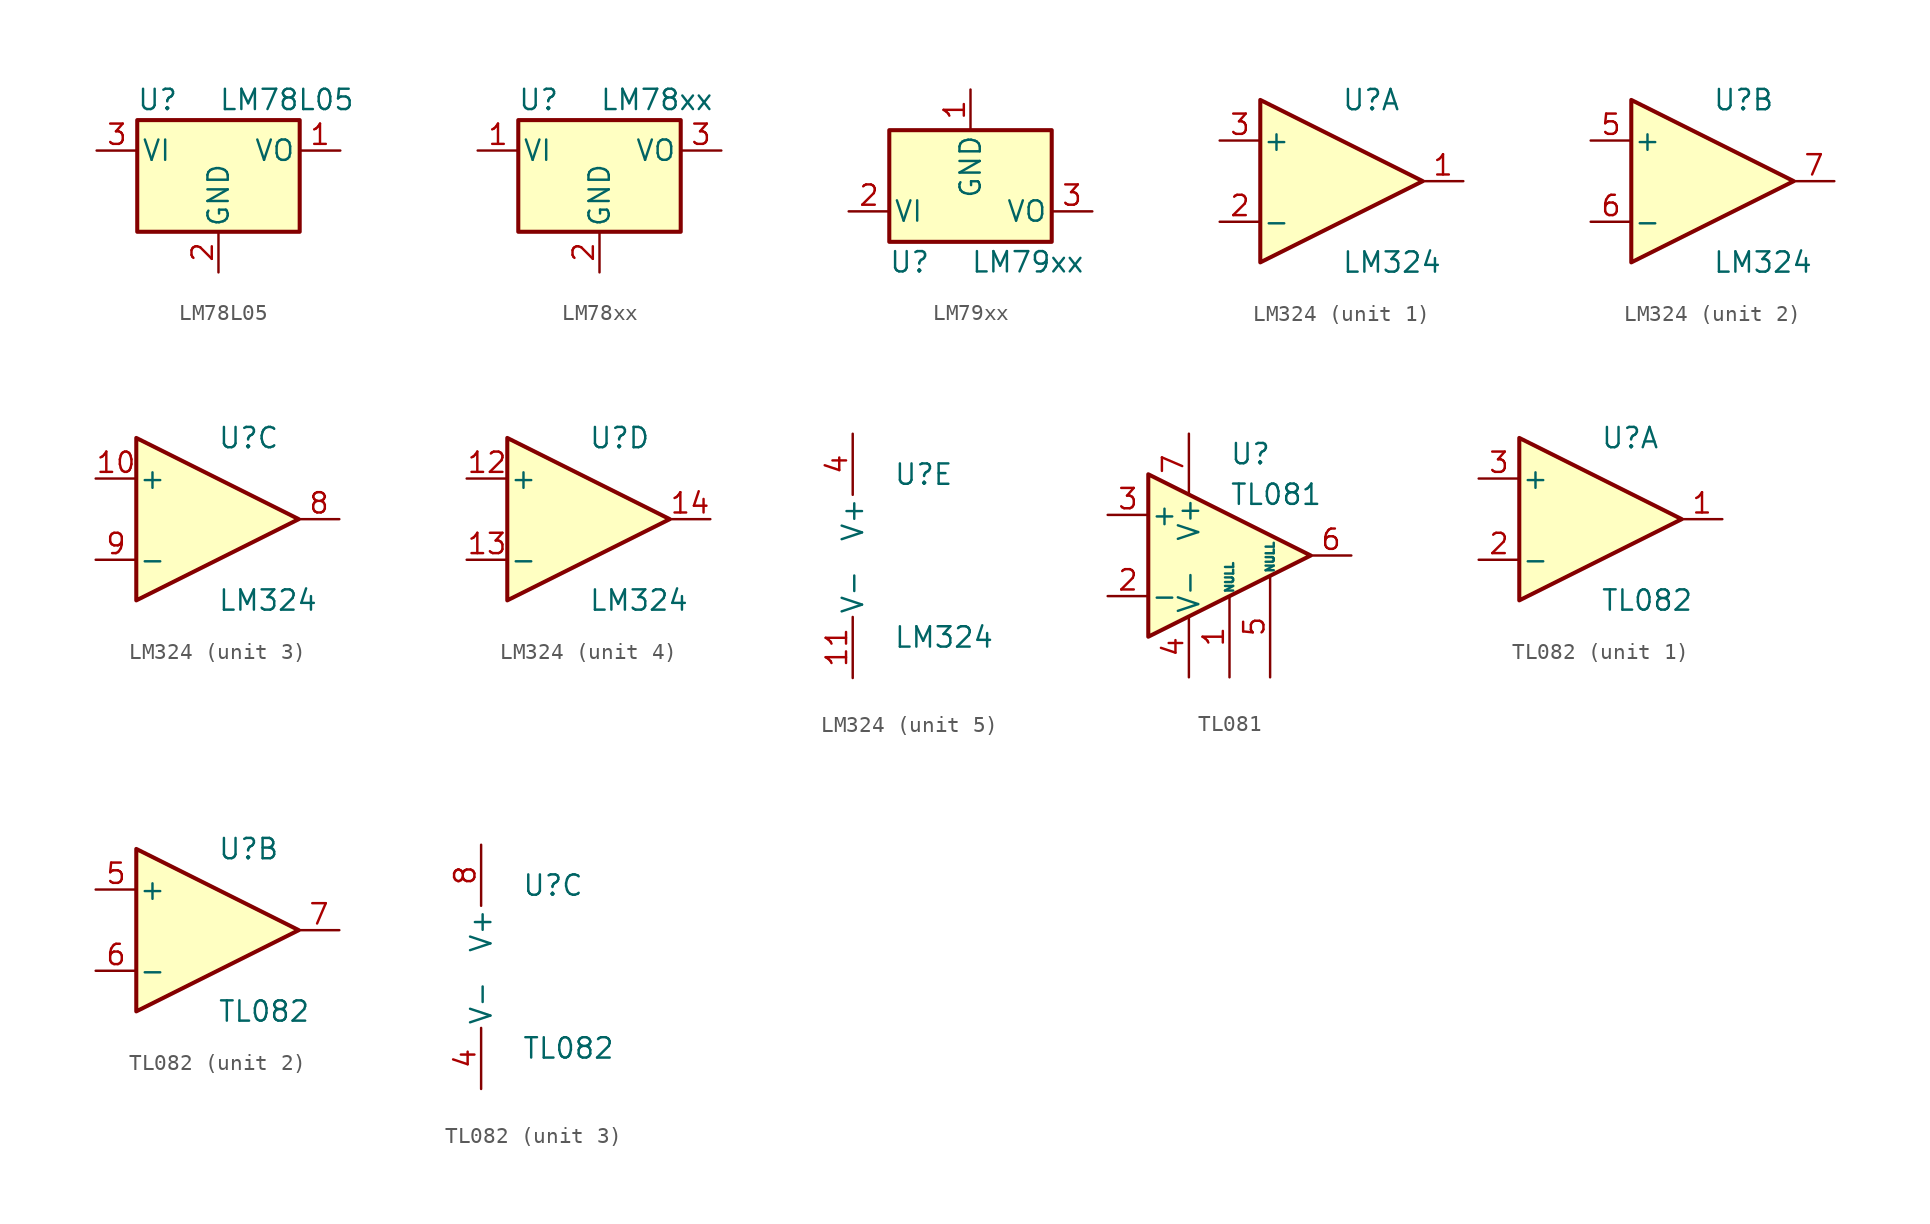
<source format=kicad_sym>
(kicad_symbol_lib
  (version 20231120)
  (generator "kicad_symbol_editor")
  (generator_version "8.0")
  (symbol "LM78L05"
    (pin_names
      (offset 0.254))
    (property "Reference" "U"
      (at -3.81 3.175 0)
      (effects (font (size 1.27 1.27))))
    (property "Value" "LM78L05"
      (at 0 3.175 0)
      (effects (font (size 1.27 1.27)) (justify left)))
    (symbol "LM78L05_0_1"
      (rectangle (start -5.08 -5.08) (end 5.08 1.905) (stroke (width 0.254) (type default)) (fill (type background))))
    (symbol "LM78L05_1_1"
      (pin power_out line (at 7.62 0 180) (length 2.54) (name "VO" (effects (font (size 1.27 1.27)))) (number "1" (effects (font (size 1.27 1.27)))))
      (pin power_in line (at 0 -7.62 90) (length 2.54) (name "GND" (effects (font (size 1.27 1.27)))) (number "2" (effects (font (size 1.27 1.27)))))
      (pin power_in line (at -7.62 0 0) (length 2.54) (name "VI" (effects (font (size 1.27 1.27)))) (number "3" (effects (font (size 1.27 1.27)))))))
  (symbol "LM78xx"
    (pin_names
      (offset 0.254))
    (property "Reference" "U"
      (at -3.81 3.175 0)
      (effects (font (size 1.27 1.27))))
    (property "Value" "LM78xx"
      (at 0 3.175 0)
      (effects (font (size 1.27 1.27)) (justify left)))
    (symbol "LM78xx_0_1"
      (rectangle (start -5.08 1.905) (end 5.08 -5.08) (stroke (width 0.254) (type default)) (fill (type background))))
    (symbol "LM78xx_1_1"
      (pin power_in line (at -7.62 0 0) (length 2.54) (name "VI" (effects (font (size 1.27 1.27)))) (number "1" (effects (font (size 1.27 1.27)))))
      (pin power_in line (at 0 -7.62 90) (length 2.54) (name "GND" (effects (font (size 1.27 1.27)))) (number "2" (effects (font (size 1.27 1.27)))))
      (pin power_out line (at 7.62 0 180) (length 2.54) (name "VO" (effects (font (size 1.27 1.27)))) (number "3" (effects (font (size 1.27 1.27)))))))
  (symbol "LM79xx"
    (pin_names
      (offset 0.254))
    (property "Reference" "U"
      (at -3.81 -3.175 0)
      (effects (font (size 1.27 1.27))))
    (property "Value" "LM79xx"
      (at 0 -3.175 0)
      (effects (font (size 1.27 1.27)) (justify left)))
    (symbol "LM79xx_0_1"
      (rectangle (start -5.08 5.08) (end 5.08 -1.905) (stroke (width 0.254) (type default)) (fill (type background))))
    (symbol "LM79xx_1_1"
      (pin power_in line (at 0 7.62 270) (length 2.54) (name "GND" (effects (font (size 1.27 1.27)))) (number "1" (effects (font (size 1.27 1.27)))))
      (pin power_in line (at -7.62 0 0) (length 2.54) (name "VI" (effects (font (size 1.27 1.27)))) (number "2" (effects (font (size 1.27 1.27)))))
      (pin power_out line (at 7.62 0 180) (length 2.54) (name "VO" (effects (font (size 1.27 1.27)))) (number "3" (effects (font (size 1.27 1.27)))))))
  (symbol "LM324"
    (pin_names
      (offset 0.127))
    (property "Reference" "U"
      (at 0 5.08 0)
      (effects (font (size 1.27 1.27)) (justify left)))
    (property "Value" "LM324"
      (at 0 -5.08 0)
      (effects (font (size 1.27 1.27)) (justify left)))
    (property "ki_locked" ""
      (at 0 0 0)
      (effects (font (size 1.27 1.27))))
    (symbol "LM324_1_1"
      (polyline (pts (xy -5.08 5.08) (xy 5.08 0) (xy -5.08 -5.08) (xy -5.08 5.08)) (stroke (width 0.254) (type default)) (fill (type background)))
      (pin output line (at 7.62 0 180) (length 2.54) (name "~" (effects (font (size 1.27 1.27)))) (number "1" (effects (font (size 1.27 1.27)))))
      (pin input line (at -7.62 -2.54 0) (length 2.54) (name "-" (effects (font (size 1.27 1.27)))) (number "2" (effects (font (size 1.27 1.27)))))
      (pin input line (at -7.62 2.54 0) (length 2.54) (name "+" (effects (font (size 1.27 1.27)))) (number "3" (effects (font (size 1.27 1.27))))))
    (symbol "LM324_2_1"
      (polyline (pts (xy -5.08 5.08) (xy 5.08 0) (xy -5.08 -5.08) (xy -5.08 5.08)) (stroke (width 0.254) (type default)) (fill (type background)))
      (pin input line (at -7.62 2.54 0) (length 2.54) (name "+" (effects (font (size 1.27 1.27)))) (number "5" (effects (font (size 1.27 1.27)))))
      (pin input line (at -7.62 -2.54 0) (length 2.54) (name "-" (effects (font (size 1.27 1.27)))) (number "6" (effects (font (size 1.27 1.27)))))
      (pin output line (at 7.62 0 180) (length 2.54) (name "~" (effects (font (size 1.27 1.27)))) (number "7" (effects (font (size 1.27 1.27))))))
    (symbol "LM324_3_1"
      (polyline (pts (xy -5.08 5.08) (xy 5.08 0) (xy -5.08 -5.08) (xy -5.08 5.08)) (stroke (width 0.254) (type default)) (fill (type background)))
      (pin input line (at -7.62 2.54 0) (length 2.54) (name "+" (effects (font (size 1.27 1.27)))) (number "10" (effects (font (size 1.27 1.27)))))
      (pin output line (at 7.62 0 180) (length 2.54) (name "~" (effects (font (size 1.27 1.27)))) (number "8" (effects (font (size 1.27 1.27)))))
      (pin input line (at -7.62 -2.54 0) (length 2.54) (name "-" (effects (font (size 1.27 1.27)))) (number "9" (effects (font (size 1.27 1.27))))))
    (symbol "LM324_4_1"
      (polyline (pts (xy -5.08 5.08) (xy 5.08 0) (xy -5.08 -5.08) (xy -5.08 5.08)) (stroke (width 0.254) (type default)) (fill (type background)))
      (pin input line (at -7.62 2.54 0) (length 2.54) (name "+" (effects (font (size 1.27 1.27)))) (number "12" (effects (font (size 1.27 1.27)))))
      (pin input line (at -7.62 -2.54 0) (length 2.54) (name "-" (effects (font (size 1.27 1.27)))) (number "13" (effects (font (size 1.27 1.27)))))
      (pin output line (at 7.62 0 180) (length 2.54) (name "~" (effects (font (size 1.27 1.27)))) (number "14" (effects (font (size 1.27 1.27))))))
    (symbol "LM324_5_1"
      (pin power_in line (at -2.54 -7.62 90) (length 3.81) (name "V-" (effects (font (size 1.27 1.27)))) (number "11" (effects (font (size 1.27 1.27)))))
      (pin power_in line (at -2.54 7.62 270) (length 3.81) (name "V+" (effects (font (size 1.27 1.27)))) (number "4" (effects (font (size 1.27 1.27)))))))
  (symbol "TL081"
    (pin_names
      (offset 0.127))
    (property "Reference" "U"
      (at 0 6.35 0)
      (effects (font (size 1.27 1.27)) (justify left)))
    (property "Value" "TL081"
      (at 0 3.81 0)
      (effects (font (size 1.27 1.27)) (justify left)))
    (symbol "TL081_0_1"
      (polyline (pts (xy -5.08 5.08) (xy 5.08 0) (xy -5.08 -5.08) (xy -5.08 5.08)) (stroke (width 0.254) (type default)) (fill (type background))))
    (symbol "TL081_1_1"
      (pin input line (at 0 -7.62 90) (length 5.08) (name "NULL" (effects (font (size 0.508 0.508)))) (number "1" (effects (font (size 1.27 1.27)))))
      (pin input line (at -7.62 -2.54 0) (length 2.54) (name "-" (effects (font (size 1.27 1.27)))) (number "2" (effects (font (size 1.27 1.27)))))
      (pin input line (at -7.62 2.54 0) (length 2.54) (name "+" (effects (font (size 1.27 1.27)))) (number "3" (effects (font (size 1.27 1.27)))))
      (pin power_in line (at -2.54 -7.62 90) (length 3.81) (name "V-" (effects (font (size 1.27 1.27)))) (number "4" (effects (font (size 1.27 1.27)))))
      (pin input line (at 2.54 -7.62 90) (length 6.35) (name "NULL" (effects (font (size 0.508 0.508)))) (number "5" (effects (font (size 1.27 1.27)))))
      (pin output line (at 7.62 0 180) (length 2.54) (name "~" (effects (font (size 1.27 1.27)))) (number "6" (effects (font (size 1.27 1.27)))))
      (pin power_in line (at -2.54 7.62 270) (length 3.81) (name "V+" (effects (font (size 1.27 1.27)))) (number "7" (effects (font (size 1.27 1.27)))))
      (pin no_connect line (at 0 2.54 270) (length 2.54) hide (name "NC" (effects (font (size 1.27 1.27)))) (number "8" (effects (font (size 1.27 1.27)))))))
  (symbol "TL082"
    (pin_names
      (offset 0.127))
    (property "Reference" "U"
      (at 0 5.08 0)
      (effects (font (size 1.27 1.27)) (justify left)))
    (property "Value" "TL082"
      (at 0 -5.08 0)
      (effects (font (size 1.27 1.27)) (justify left)))
    (property "ki_locked" ""
      (at 0 0 0)
      (effects (font (size 1.27 1.27))))
    (symbol "TL082_1_1"
      (polyline (pts (xy -5.08 5.08) (xy 5.08 0) (xy -5.08 -5.08) (xy -5.08 5.08)) (stroke (width 0.254) (type default)) (fill (type background)))
      (pin output line (at 7.62 0 180) (length 2.54) (name "~" (effects (font (size 1.27 1.27)))) (number "1" (effects (font (size 1.27 1.27)))))
      (pin input line (at -7.62 -2.54 0) (length 2.54) (name "-" (effects (font (size 1.27 1.27)))) (number "2" (effects (font (size 1.27 1.27)))))
      (pin input line (at -7.62 2.54 0) (length 2.54) (name "+" (effects (font (size 1.27 1.27)))) (number "3" (effects (font (size 1.27 1.27))))))
    (symbol "TL082_2_1"
      (polyline (pts (xy -5.08 5.08) (xy 5.08 0) (xy -5.08 -5.08) (xy -5.08 5.08)) (stroke (width 0.254) (type default)) (fill (type background)))
      (pin input line (at -7.62 2.54 0) (length 2.54) (name "+" (effects (font (size 1.27 1.27)))) (number "5" (effects (font (size 1.27 1.27)))))
      (pin input line (at -7.62 -2.54 0) (length 2.54) (name "-" (effects (font (size 1.27 1.27)))) (number "6" (effects (font (size 1.27 1.27)))))
      (pin output line (at 7.62 0 180) (length 2.54) (name "~" (effects (font (size 1.27 1.27)))) (number "7" (effects (font (size 1.27 1.27))))))
    (symbol "TL082_3_1"
      (pin power_in line (at -2.54 -7.62 90) (length 3.81) (name "V-" (effects (font (size 1.27 1.27)))) (number "4" (effects (font (size 1.27 1.27)))))
      (pin power_in line (at -2.54 7.62 270) (length 3.81) (name "V+" (effects (font (size 1.27 1.27)))) (number "8" (effects (font (size 1.27 1.27))))))))
</source>
